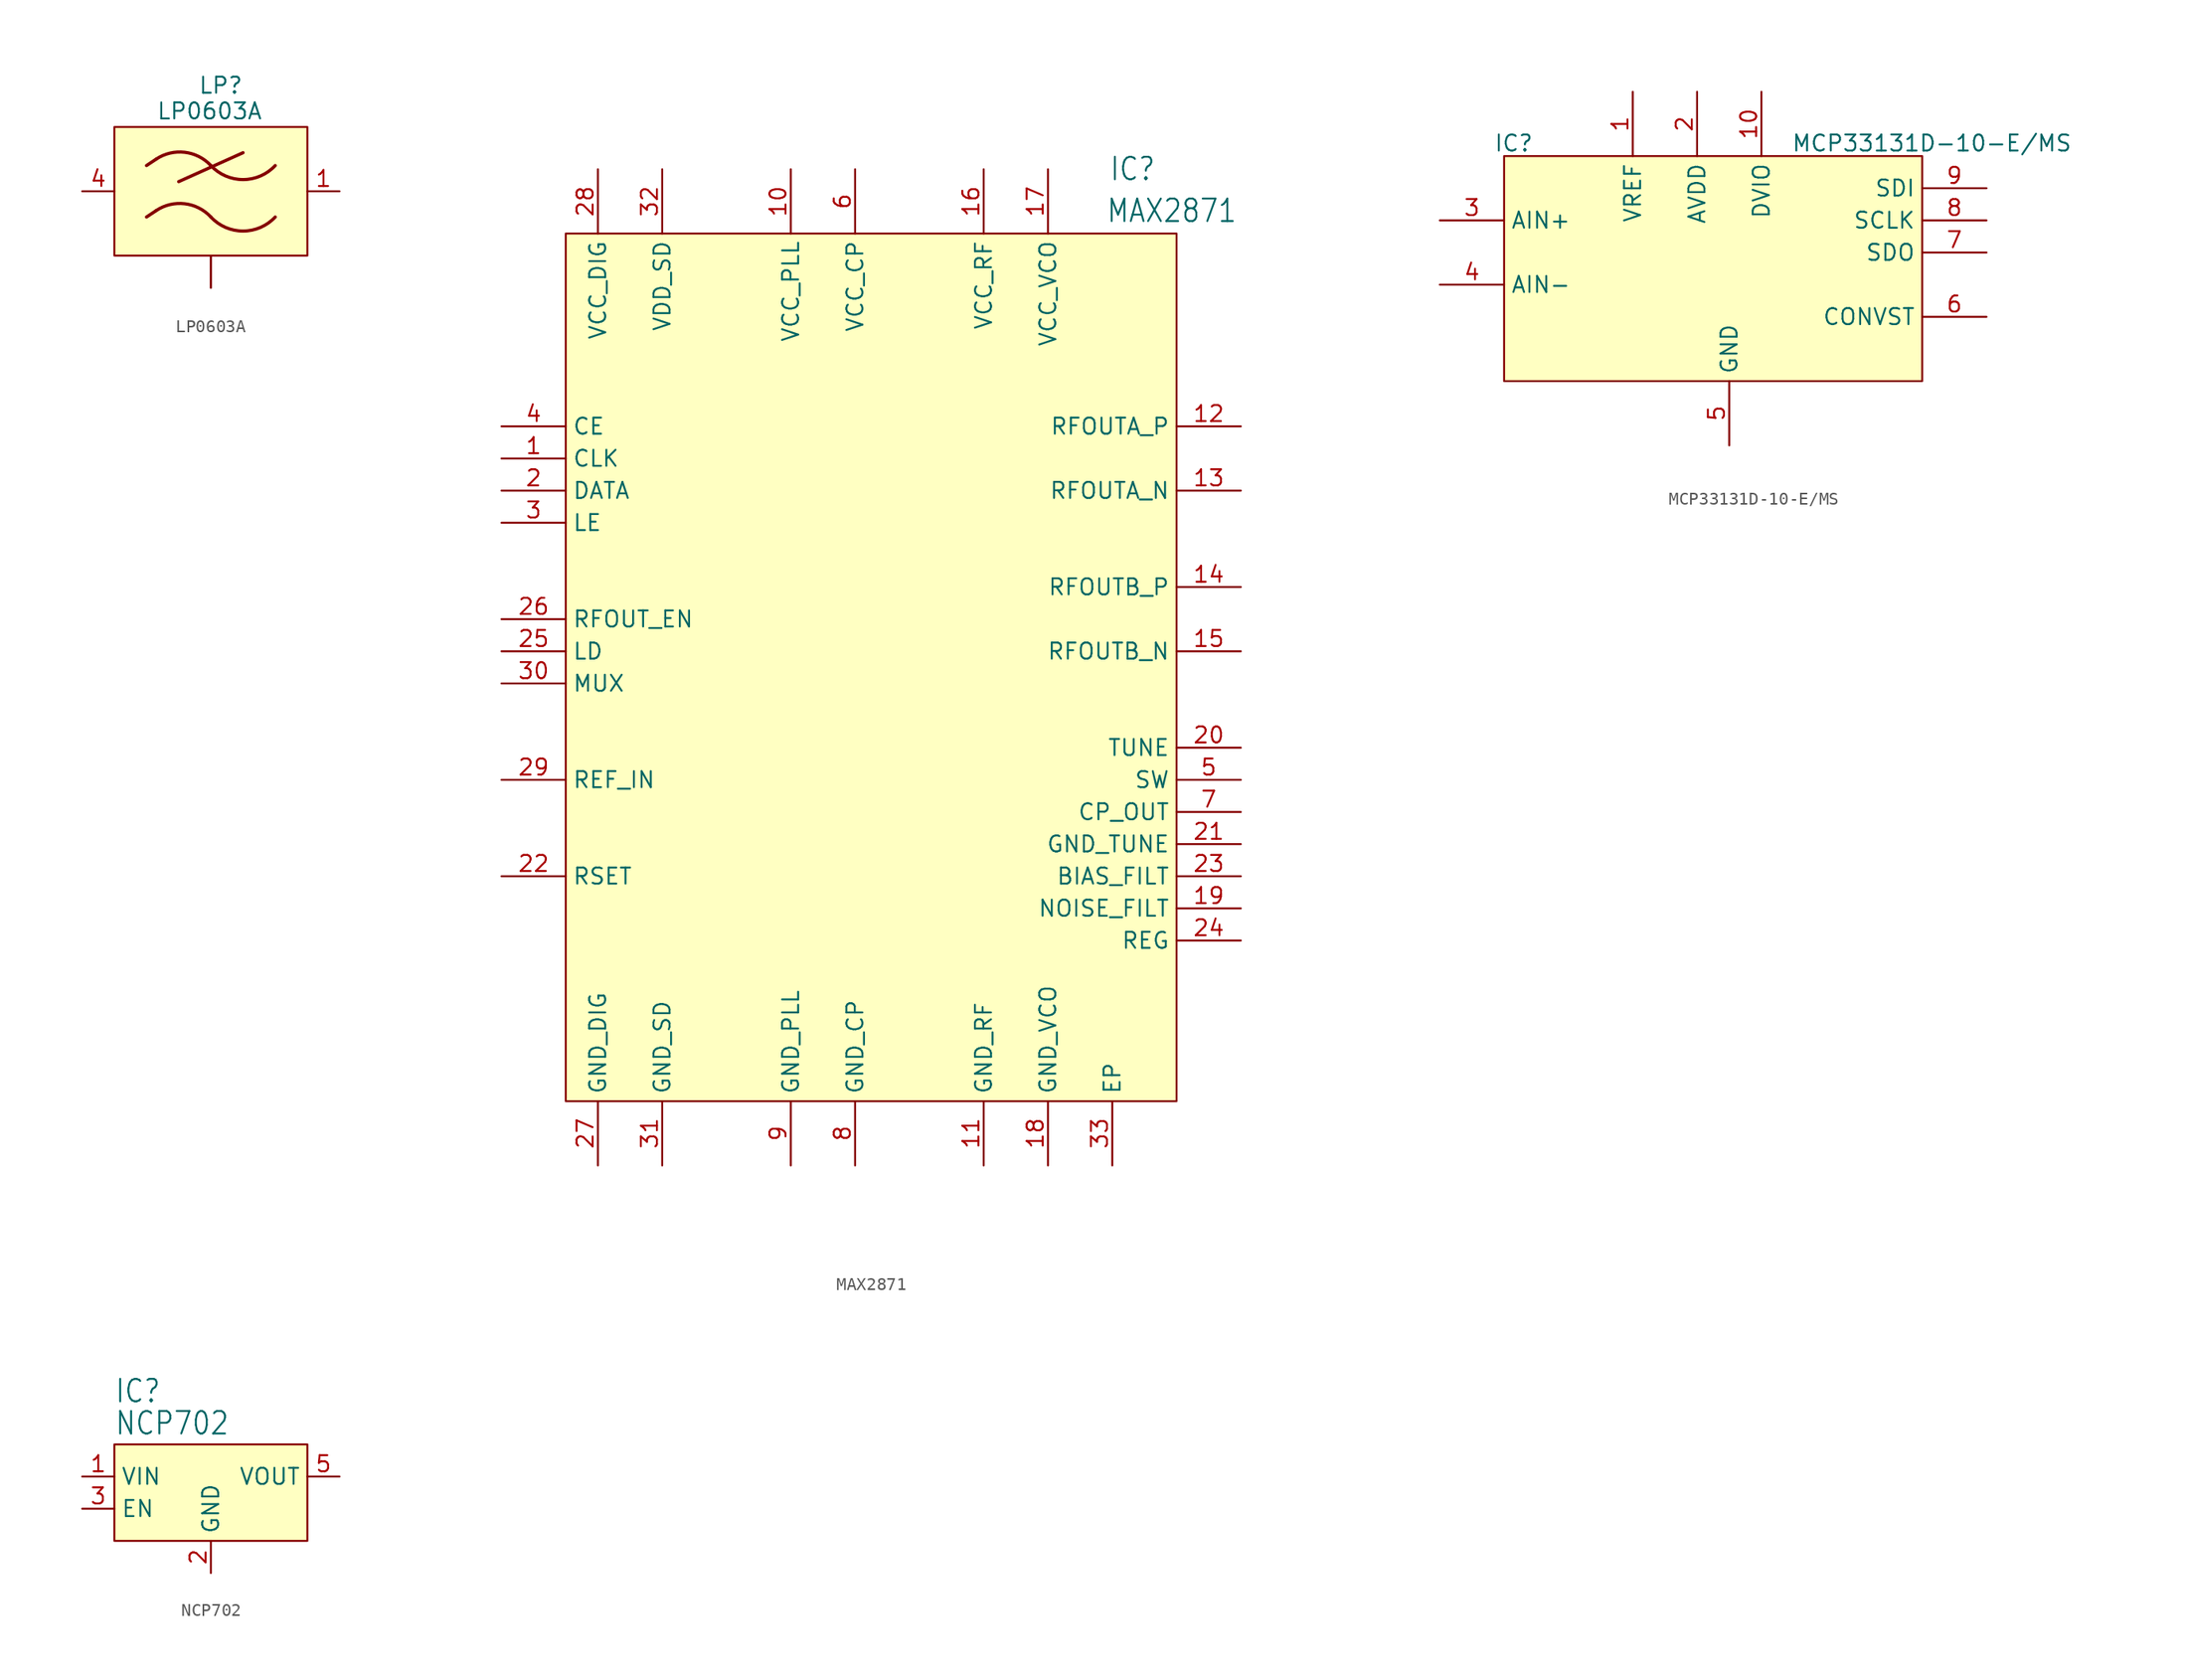
<source format=kicad_sym>
(kicad_symbol_lib
  (version 20231120)
  (generator "kicad_symbol_editor")
  (generator_version "8.0")
  (symbol "LP0603A"
    (property "Reference" "LP"
      (at -1.016 7.62 0)
      (effects (font (size 1.27 1.27)) (justify left bottom)))
    (property "Value" "LP0603A"
      (at -4.318 5.588 0)
      (effects (font (size 1.27 1.27)) (justify left bottom)))
    (symbol "LP0603A_1_0"
      (arc (start 0 -2.0319) (mid -2.0656 -0.9836) (end -4.318 -1.524) (stroke (width 0.254) (type solid)) (fill (type none)))
      (arc (start 0 -2.032) (mid 2.54 -3.1393) (end 5.08 -2.032) (stroke (width 0.254) (type solid)) (fill (type none)))
      (polyline (pts (xy -5.08 -2.032) (xy -4.318 -1.524)) (stroke (width 0.254) (type solid)) (fill (type none)))
      (polyline (pts (xy -5.08 2.032) (xy -4.318 2.54)) (stroke (width 0.254) (type solid)) (fill (type none)))
      (polyline (pts (xy -2.54 0.762) (xy 2.54 3.048)) (stroke (width 0.254) (type solid)) (fill (type none)))
      (arc (start 0 2.0321) (mid -2.0656 3.0804) (end -4.318 2.54) (stroke (width 0.254) (type solid)) (fill (type none)))
      (arc (start 0 2.032) (mid 2.54 0.9247) (end 5.08 2.032) (stroke (width 0.254) (type solid)) (fill (type none)))
      (pin bidirectional line (at 10.16 0 180) (length 2.54) (name "OUT" (effects (font (size 0 0)))) (number "1" (effects (font (size 1.27 1.27)))))
      (pin power_in line (at 0 -7.62 90) (length 2.54) (name "GND" (effects (font (size 0 0)))) (number "2" (effects (font (size 0 0)))))
      (pin passive line (at 0 -7.62 90) (length 2.54) (name "GND" (effects (font (size 0 0)))) (number "3" (effects (font (size 0 0)))))
      (pin bidirectional line (at -10.16 0 0) (length 2.54) (name "IN" (effects (font (size 0 0)))) (number "4" (effects (font (size 1.27 1.27))))))
    (symbol "LP0603A_1_1"
      (rectangle (start -7.62 5.08) (end 7.62 -5.08) (stroke (width 0) (type default)) (fill (type background)))))
  (symbol "MAX2871"
    (property "Reference" "IC"
      (at 20.066 39.624 0)
      (effects (font (size 1.778 1.511)) (justify left bottom)))
    (property "Value" "MAX2871"
      (at 19.812 36.322 0)
      (effects (font (size 1.778 1.511)) (justify left bottom)))
    (symbol "MAX2871_1_0"
      (pin input line (at -27.94 17.78 0) (length 5.08) (name "CLK" (effects (font (size 1.27 1.27)))) (number "1" (effects (font (size 1.27 1.27)))))
      (pin power_in line (at -5.08 40.64 270) (length 5.08) (name "VCC_PLL" (effects (font (size 1.27 1.27)))) (number "10" (effects (font (size 1.27 1.27)))))
      (pin power_in line (at 10.16 -38.1 90) (length 5.08) (name "GND_RF" (effects (font (size 1.27 1.27)))) (number "11" (effects (font (size 1.27 1.27)))))
      (pin bidirectional line (at 30.48 20.32 180) (length 5.08) (name "RFOUTA_P" (effects (font (size 1.27 1.27)))) (number "12" (effects (font (size 1.27 1.27)))))
      (pin bidirectional line (at 30.48 15.24 180) (length 5.08) (name "RFOUTA_N" (effects (font (size 1.27 1.27)))) (number "13" (effects (font (size 1.27 1.27)))))
      (pin bidirectional line (at 30.48 7.62 180) (length 5.08) (name "RFOUTB_P" (effects (font (size 1.27 1.27)))) (number "14" (effects (font (size 1.27 1.27)))))
      (pin bidirectional line (at 30.48 2.54 180) (length 5.08) (name "RFOUTB_N" (effects (font (size 1.27 1.27)))) (number "15" (effects (font (size 1.27 1.27)))))
      (pin power_in line (at 10.16 40.64 270) (length 5.08) (name "VCC_RF" (effects (font (size 1.27 1.27)))) (number "16" (effects (font (size 1.27 1.27)))))
      (pin power_in line (at 15.24 40.64 270) (length 5.08) (name "VCC_VCO" (effects (font (size 1.27 1.27)))) (number "17" (effects (font (size 1.27 1.27)))))
      (pin power_in line (at 15.24 -38.1 90) (length 5.08) (name "GND_VCO" (effects (font (size 1.27 1.27)))) (number "18" (effects (font (size 1.27 1.27)))))
      (pin bidirectional line (at 30.48 -17.78 180) (length 5.08) (name "NOISE_FILT" (effects (font (size 1.27 1.27)))) (number "19" (effects (font (size 1.27 1.27)))))
      (pin input line (at -27.94 15.24 0) (length 5.08) (name "DATA" (effects (font (size 1.27 1.27)))) (number "2" (effects (font (size 1.27 1.27)))))
      (pin bidirectional line (at 30.48 -5.08 180) (length 5.08) (name "TUNE" (effects (font (size 1.27 1.27)))) (number "20" (effects (font (size 1.27 1.27)))))
      (pin bidirectional line (at 30.48 -12.7 180) (length 5.08) (name "GND_TUNE" (effects (font (size 1.27 1.27)))) (number "21" (effects (font (size 1.27 1.27)))))
      (pin bidirectional line (at -27.94 -15.24 0) (length 5.08) (name "RSET" (effects (font (size 1.27 1.27)))) (number "22" (effects (font (size 1.27 1.27)))))
      (pin bidirectional line (at 30.48 -15.24 180) (length 5.08) (name "BIAS_FILT" (effects (font (size 1.27 1.27)))) (number "23" (effects (font (size 1.27 1.27)))))
      (pin bidirectional line (at 30.48 -20.32 180) (length 5.08) (name "REG" (effects (font (size 1.27 1.27)))) (number "24" (effects (font (size 1.27 1.27)))))
      (pin output line (at -27.94 2.54 0) (length 5.08) (name "LD" (effects (font (size 1.27 1.27)))) (number "25" (effects (font (size 1.27 1.27)))))
      (pin input line (at -27.94 5.08 0) (length 5.08) (name "RFOUT_EN" (effects (font (size 1.27 1.27)))) (number "26" (effects (font (size 1.27 1.27)))))
      (pin power_in line (at -20.32 -38.1 90) (length 5.08) (name "GND_DIG" (effects (font (size 1.27 1.27)))) (number "27" (effects (font (size 1.27 1.27)))))
      (pin power_in line (at -20.32 40.64 270) (length 5.08) (name "VCC_DIG" (effects (font (size 1.27 1.27)))) (number "28" (effects (font (size 1.27 1.27)))))
      (pin input line (at -27.94 -7.62 0) (length 5.08) (name "REF_IN" (effects (font (size 1.27 1.27)))) (number "29" (effects (font (size 1.27 1.27)))))
      (pin input line (at -27.94 12.7 0) (length 5.08) (name "LE" (effects (font (size 1.27 1.27)))) (number "3" (effects (font (size 1.27 1.27)))))
      (pin bidirectional line (at -27.94 0 0) (length 5.08) (name "MUX" (effects (font (size 1.27 1.27)))) (number "30" (effects (font (size 1.27 1.27)))))
      (pin power_in line (at -15.24 -38.1 90) (length 5.08) (name "GND_SD" (effects (font (size 1.27 1.27)))) (number "31" (effects (font (size 1.27 1.27)))))
      (pin power_in line (at -15.24 40.64 270) (length 5.08) (name "VDD_SD" (effects (font (size 1.27 1.27)))) (number "32" (effects (font (size 1.27 1.27)))))
      (pin power_in line (at 20.32 -38.1 90) (length 5.08) (name "EP" (effects (font (size 1.27 1.27)))) (number "33" (effects (font (size 1.27 1.27)))))
      (pin bidirectional line (at -27.94 20.32 0) (length 5.08) (name "CE" (effects (font (size 1.27 1.27)))) (number "4" (effects (font (size 1.27 1.27)))))
      (pin bidirectional line (at 30.48 -7.62 180) (length 5.08) (name "SW" (effects (font (size 1.27 1.27)))) (number "5" (effects (font (size 1.27 1.27)))))
      (pin power_in line (at 0 40.64 270) (length 5.08) (name "VCC_CP" (effects (font (size 1.27 1.27)))) (number "6" (effects (font (size 1.27 1.27)))))
      (pin bidirectional line (at 30.48 -10.16 180) (length 5.08) (name "CP_OUT" (effects (font (size 1.27 1.27)))) (number "7" (effects (font (size 1.27 1.27)))))
      (pin power_in line (at 0 -38.1 90) (length 5.08) (name "GND_CP" (effects (font (size 1.27 1.27)))) (number "8" (effects (font (size 1.27 1.27)))))
      (pin power_in line (at -5.08 -38.1 90) (length 5.08) (name "GND_PLL" (effects (font (size 1.27 1.27)))) (number "9" (effects (font (size 1.27 1.27))))))
    (symbol "MAX2871_1_1"
      (rectangle (start -22.86 35.56) (end 25.4 -33.02) (stroke (width 0) (type default)) (fill (type background)))))
  (symbol "MCP33131D-10-E/MS"
    (property "Reference" "IC"
      (at -17.018 8.636 0)
      (effects (font (size 1.27 1.27))))
    (property "Value" "MCP33131D-10-E/MS"
      (at 16.002 8.636 0)
      (effects (font (size 1.27 1.27))))
    (symbol "MCP33131D-10-E/MS_1_0"
      (pin power_in line (at -7.62 12.7 270) (length 5.08) (name "VREF" (effects (font (size 1.27 1.27)))) (number "1" (effects (font (size 1.27 1.27)))))
      (pin power_in line (at 2.54 12.7 270) (length 5.08) (name "DVIO" (effects (font (size 1.27 1.27)))) (number "10" (effects (font (size 1.27 1.27)))))
      (pin power_in line (at -2.54 12.7 270) (length 5.08) (name "AVDD" (effects (font (size 1.27 1.27)))) (number "2" (effects (font (size 1.27 1.27)))))
      (pin bidirectional line (at -22.86 2.54 0) (length 5.08) (name "AIN+" (effects (font (size 1.27 1.27)))) (number "3" (effects (font (size 1.27 1.27)))))
      (pin bidirectional line (at -22.86 -2.54 0) (length 5.08) (name "AIN-" (effects (font (size 1.27 1.27)))) (number "4" (effects (font (size 1.27 1.27)))))
      (pin power_in line (at 0 -15.24 90) (length 5.08) (name "GND" (effects (font (size 1.27 1.27)))) (number "5" (effects (font (size 1.27 1.27)))))
      (pin bidirectional line (at 20.32 -5.08 180) (length 5.08) (name "CONVST" (effects (font (size 1.27 1.27)))) (number "6" (effects (font (size 1.27 1.27)))))
      (pin bidirectional line (at 20.32 0 180) (length 5.08) (name "SDO" (effects (font (size 1.27 1.27)))) (number "7" (effects (font (size 1.27 1.27)))))
      (pin bidirectional line (at 20.32 2.54 180) (length 5.08) (name "SCLK" (effects (font (size 1.27 1.27)))) (number "8" (effects (font (size 1.27 1.27)))))
      (pin input line (at 20.32 5.08 180) (length 5.08) (name "SDI" (effects (font (size 1.27 1.27)))) (number "9" (effects (font (size 1.27 1.27))))))
    (symbol "MCP33131D-10-E/MS_1_1"
      (rectangle (start -17.78 7.62) (end 15.24 -10.16) (stroke (width 0) (type default)) (fill (type background)))))
  (symbol "NCP702"
    (property "Reference" "IC"
      (at -7.62 5.715 0)
      (effects (font (size 1.778 1.511)) (justify left bottom)))
    (property "Value" "NCP702"
      (at -7.62 3.175 0)
      (effects (font (size 1.778 1.511)) (justify left bottom)))
    (symbol "NCP702_1_0"
      (pin power_in line (at -10.16 0 0) (length 2.54) (name "VIN" (effects (font (size 1.27 1.27)))) (number "1" (effects (font (size 1.27 1.27)))))
      (pin power_in line (at 0 -7.62 90) (length 2.54) (name "GND" (effects (font (size 1.27 1.27)))) (number "2" (effects (font (size 1.27 1.27)))))
      (pin input line (at -10.16 -2.54 0) (length 2.54) (name "EN" (effects (font (size 1.27 1.27)))) (number "3" (effects (font (size 1.27 1.27)))))
      (pin power_out line (at 10.16 0 180) (length 2.54) (name "VOUT" (effects (font (size 1.27 1.27)))) (number "5" (effects (font (size 1.27 1.27))))))
    (symbol "NCP702_1_1"
      (rectangle (start -7.62 2.54) (end 7.62 -5.08) (stroke (width 0) (type default)) (fill (type background))))))
</source>
